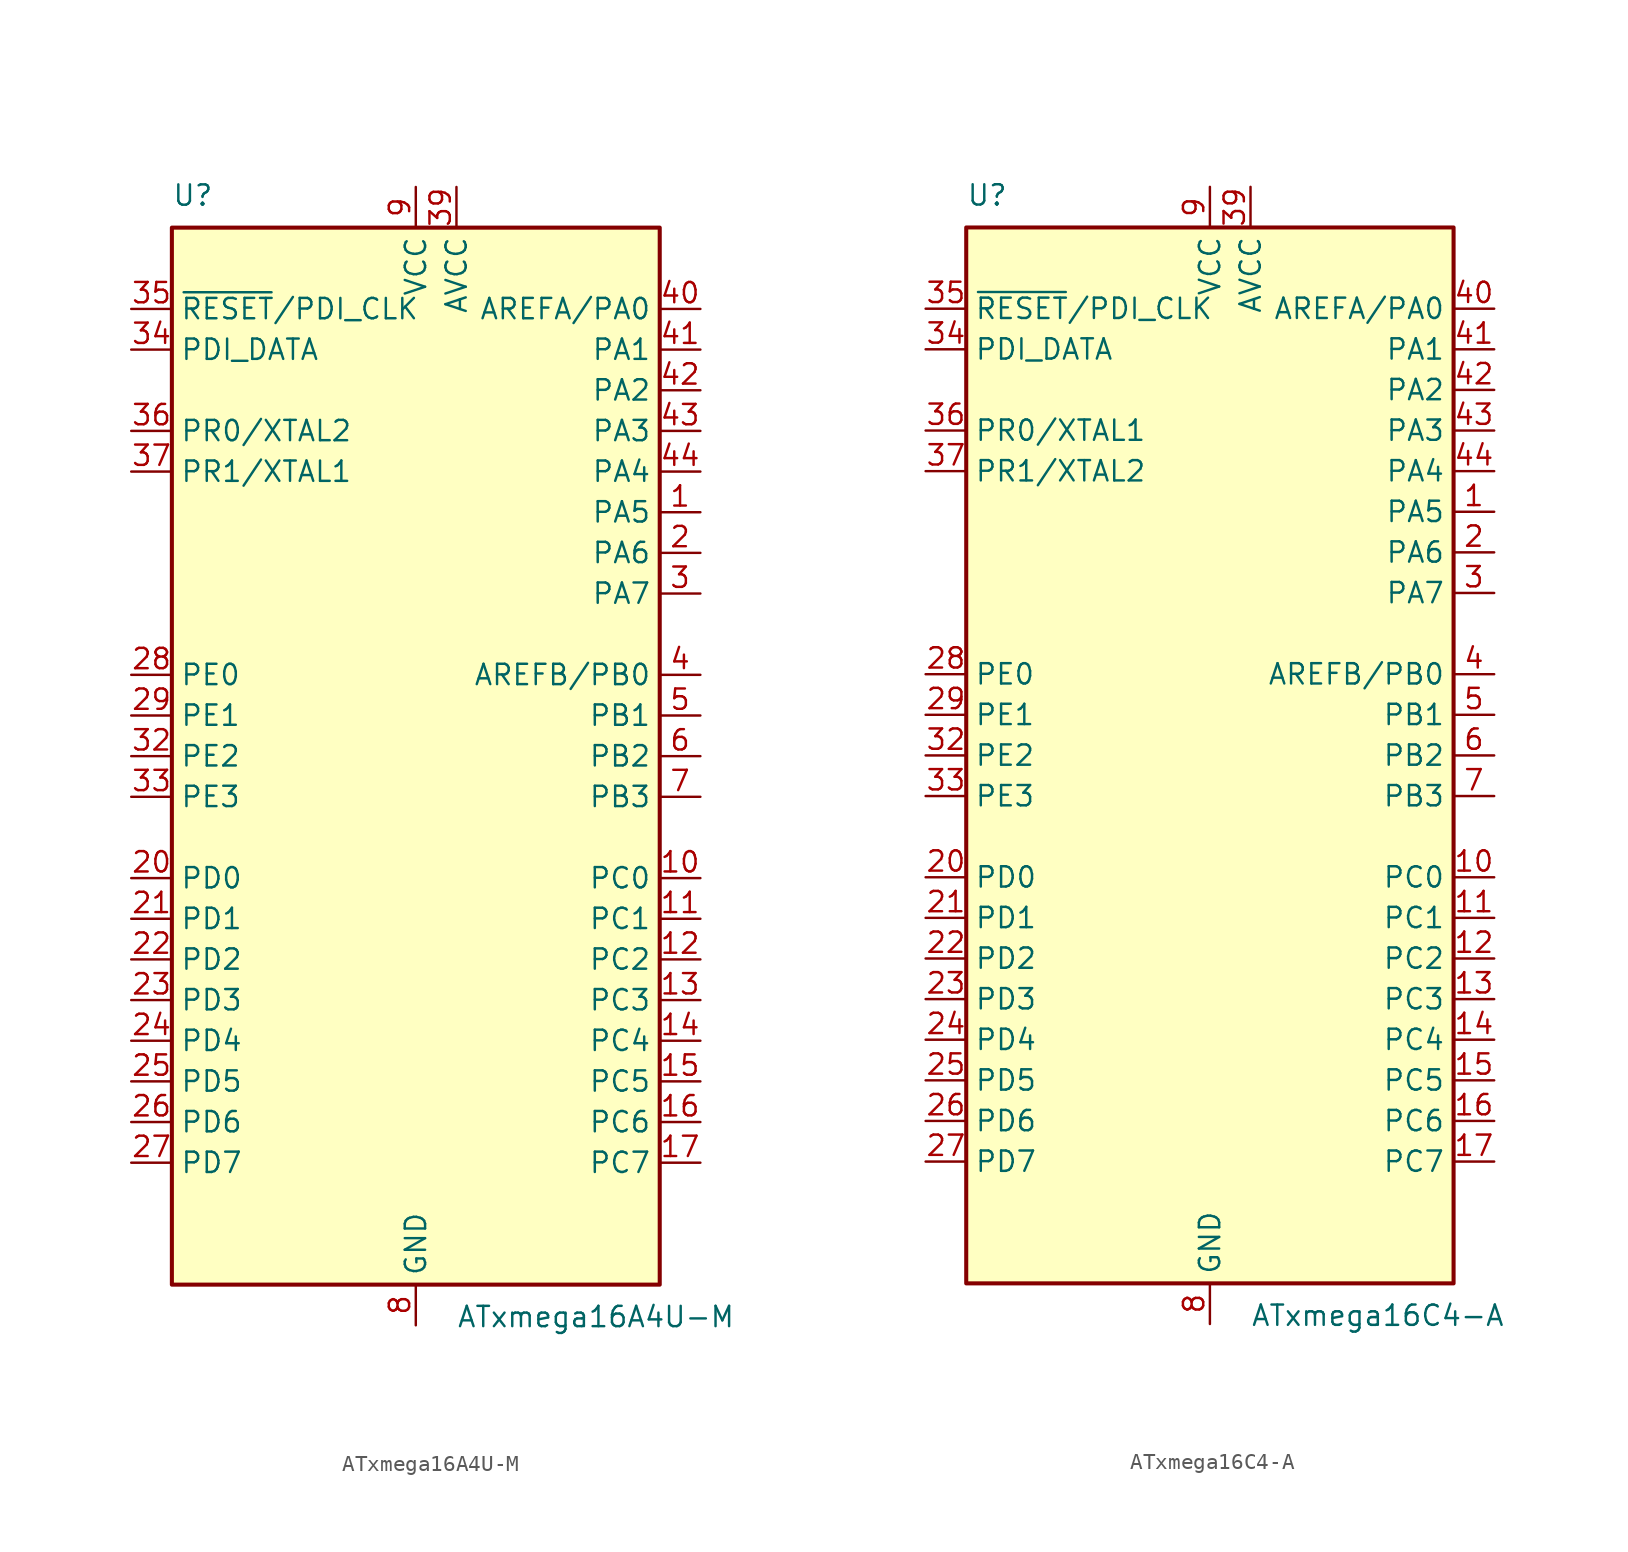
<source format=kicad_sym>
(kicad_symbol_lib
  (version 20211014)
  (generator kicad_symbol_editor)
  (symbol "ATxmega16A4U-M"
    (property "Reference" "U"
      (at -15.24 34.29 0)
      (effects (font (size 1.27 1.27)) (justify left bottom)))
    (property "Value" "ATxmega16A4U-M"
      (at 2.54 -34.29 0)
      (effects (font (size 1.27 1.27)) (justify left top)))
    (symbol "ATxmega16A4U-M_0_1"
      (rectangle (start -15.24 -33.02) (end 15.24 33.02) (stroke (width 0.254) (type default) (color 0 0 0 0)) (fill (type background))))
    (symbol "ATxmega16A4U-M_1_1"
      (pin bidirectional line (at 17.78 15.24 180) (length 2.54) (name "PA5" (effects (font (size 1.27 1.27)))) (number "1" (effects (font (size 1.27 1.27)))))
      (pin bidirectional line (at 17.78 -7.62 180) (length 2.54) (name "PC0" (effects (font (size 1.27 1.27)))) (number "10" (effects (font (size 1.27 1.27)))))
      (pin bidirectional line (at 17.78 -10.16 180) (length 2.54) (name "PC1" (effects (font (size 1.27 1.27)))) (number "11" (effects (font (size 1.27 1.27)))))
      (pin bidirectional line (at 17.78 -12.7 180) (length 2.54) (name "PC2" (effects (font (size 1.27 1.27)))) (number "12" (effects (font (size 1.27 1.27)))))
      (pin bidirectional line (at 17.78 -15.24 180) (length 2.54) (name "PC3" (effects (font (size 1.27 1.27)))) (number "13" (effects (font (size 1.27 1.27)))))
      (pin bidirectional line (at 17.78 -17.78 180) (length 2.54) (name "PC4" (effects (font (size 1.27 1.27)))) (number "14" (effects (font (size 1.27 1.27)))))
      (pin bidirectional line (at 17.78 -20.32 180) (length 2.54) (name "PC5" (effects (font (size 1.27 1.27)))) (number "15" (effects (font (size 1.27 1.27)))))
      (pin bidirectional line (at 17.78 -22.86 180) (length 2.54) (name "PC6" (effects (font (size 1.27 1.27)))) (number "16" (effects (font (size 1.27 1.27)))))
      (pin bidirectional line (at 17.78 -25.4 180) (length 2.54) (name "PC7" (effects (font (size 1.27 1.27)))) (number "17" (effects (font (size 1.27 1.27)))))
      (pin passive line (at 0 -35.56 90) (length 2.54) hide (name "GND" (effects (font (size 1.27 1.27)))) (number "18" (effects (font (size 1.27 1.27)))))
      (pin passive line (at 0 35.56 270) (length 2.54) hide (name "VCC" (effects (font (size 1.27 1.27)))) (number "19" (effects (font (size 1.27 1.27)))))
      (pin bidirectional line (at 17.78 12.7 180) (length 2.54) (name "PA6" (effects (font (size 1.27 1.27)))) (number "2" (effects (font (size 1.27 1.27)))))
      (pin bidirectional line (at -17.78 -7.62 0) (length 2.54) (name "PD0" (effects (font (size 1.27 1.27)))) (number "20" (effects (font (size 1.27 1.27)))))
      (pin bidirectional line (at -17.78 -10.16 0) (length 2.54) (name "PD1" (effects (font (size 1.27 1.27)))) (number "21" (effects (font (size 1.27 1.27)))))
      (pin bidirectional line (at -17.78 -12.7 0) (length 2.54) (name "PD2" (effects (font (size 1.27 1.27)))) (number "22" (effects (font (size 1.27 1.27)))))
      (pin bidirectional line (at -17.78 -15.24 0) (length 2.54) (name "PD3" (effects (font (size 1.27 1.27)))) (number "23" (effects (font (size 1.27 1.27)))))
      (pin bidirectional line (at -17.78 -17.78 0) (length 2.54) (name "PD4" (effects (font (size 1.27 1.27)))) (number "24" (effects (font (size 1.27 1.27)))))
      (pin bidirectional line (at -17.78 -20.32 0) (length 2.54) (name "PD5" (effects (font (size 1.27 1.27)))) (number "25" (effects (font (size 1.27 1.27)))))
      (pin bidirectional line (at -17.78 -22.86 0) (length 2.54) (name "PD6" (effects (font (size 1.27 1.27)))) (number "26" (effects (font (size 1.27 1.27)))))
      (pin bidirectional line (at -17.78 -25.4 0) (length 2.54) (name "PD7" (effects (font (size 1.27 1.27)))) (number "27" (effects (font (size 1.27 1.27)))))
      (pin bidirectional line (at -17.78 5.08 0) (length 2.54) (name "PE0" (effects (font (size 1.27 1.27)))) (number "28" (effects (font (size 1.27 1.27)))))
      (pin bidirectional line (at -17.78 2.54 0) (length 2.54) (name "PE1" (effects (font (size 1.27 1.27)))) (number "29" (effects (font (size 1.27 1.27)))))
      (pin bidirectional line (at 17.78 10.16 180) (length 2.54) (name "PA7" (effects (font (size 1.27 1.27)))) (number "3" (effects (font (size 1.27 1.27)))))
      (pin passive line (at 0 -35.56 90) (length 2.54) hide (name "GND" (effects (font (size 1.27 1.27)))) (number "30" (effects (font (size 1.27 1.27)))))
      (pin passive line (at 0 35.56 270) (length 2.54) hide (name "VCC" (effects (font (size 1.27 1.27)))) (number "31" (effects (font (size 1.27 1.27)))))
      (pin bidirectional line (at -17.78 0 0) (length 2.54) (name "PE2" (effects (font (size 1.27 1.27)))) (number "32" (effects (font (size 1.27 1.27)))))
      (pin bidirectional line (at -17.78 -2.54 0) (length 2.54) (name "PE3" (effects (font (size 1.27 1.27)))) (number "33" (effects (font (size 1.27 1.27)))))
      (pin bidirectional line (at -17.78 25.4 0) (length 2.54) (name "PDI_DATA" (effects (font (size 1.27 1.27)))) (number "34" (effects (font (size 1.27 1.27)))))
      (pin input line (at -17.78 27.94 0) (length 2.54) (name "~{RESET}/PDI_CLK" (effects (font (size 1.27 1.27)))) (number "35" (effects (font (size 1.27 1.27)))))
      (pin bidirectional line (at -17.78 20.32 0) (length 2.54) (name "PR0/XTAL2" (effects (font (size 1.27 1.27)))) (number "36" (effects (font (size 1.27 1.27)))))
      (pin bidirectional line (at -17.78 17.78 0) (length 2.54) (name "PR1/XTAL1" (effects (font (size 1.27 1.27)))) (number "37" (effects (font (size 1.27 1.27)))))
      (pin passive line (at 0 -35.56 90) (length 2.54) hide (name "GND" (effects (font (size 1.27 1.27)))) (number "38" (effects (font (size 1.27 1.27)))))
      (pin power_in line (at 2.54 35.56 270) (length 2.54) (name "AVCC" (effects (font (size 1.27 1.27)))) (number "39" (effects (font (size 1.27 1.27)))))
      (pin bidirectional line (at 17.78 5.08 180) (length 2.54) (name "AREFB/PB0" (effects (font (size 1.27 1.27)))) (number "4" (effects (font (size 1.27 1.27)))))
      (pin bidirectional line (at 17.78 27.94 180) (length 2.54) (name "AREFA/PA0" (effects (font (size 1.27 1.27)))) (number "40" (effects (font (size 1.27 1.27)))))
      (pin bidirectional line (at 17.78 25.4 180) (length 2.54) (name "PA1" (effects (font (size 1.27 1.27)))) (number "41" (effects (font (size 1.27 1.27)))))
      (pin bidirectional line (at 17.78 22.86 180) (length 2.54) (name "PA2" (effects (font (size 1.27 1.27)))) (number "42" (effects (font (size 1.27 1.27)))))
      (pin bidirectional line (at 17.78 20.32 180) (length 2.54) (name "PA3" (effects (font (size 1.27 1.27)))) (number "43" (effects (font (size 1.27 1.27)))))
      (pin bidirectional line (at 17.78 17.78 180) (length 2.54) (name "PA4" (effects (font (size 1.27 1.27)))) (number "44" (effects (font (size 1.27 1.27)))))
      (pin passive line (at 0 -35.56 90) (length 2.54) hide (name "GND" (effects (font (size 1.27 1.27)))) (number "45" (effects (font (size 1.27 1.27)))))
      (pin bidirectional line (at 17.78 2.54 180) (length 2.54) (name "PB1" (effects (font (size 1.27 1.27)))) (number "5" (effects (font (size 1.27 1.27)))))
      (pin bidirectional line (at 17.78 0 180) (length 2.54) (name "PB2" (effects (font (size 1.27 1.27)))) (number "6" (effects (font (size 1.27 1.27)))))
      (pin bidirectional line (at 17.78 -2.54 180) (length 2.54) (name "PB3" (effects (font (size 1.27 1.27)))) (number "7" (effects (font (size 1.27 1.27)))))
      (pin power_in line (at 0 -35.56 90) (length 2.54) (name "GND" (effects (font (size 1.27 1.27)))) (number "8" (effects (font (size 1.27 1.27)))))
      (pin power_in line (at 0 35.56 270) (length 2.54) (name "VCC" (effects (font (size 1.27 1.27)))) (number "9" (effects (font (size 1.27 1.27)))))))
  (symbol "ATxmega16C4-A"
    (property "Reference" "U"
      (at -15.24 34.29 0)
      (effects (font (size 1.27 1.27)) (justify left bottom)))
    (property "Value" "ATxmega16C4-A"
      (at 2.54 -34.29 0)
      (effects (font (size 1.27 1.27)) (justify left top)))
    (symbol "ATxmega16C4-A_0_1"
      (rectangle (start -15.24 -33.02) (end 15.24 33.02) (stroke (width 0.254) (type default) (color 0 0 0 0)) (fill (type background))))
    (symbol "ATxmega16C4-A_1_1"
      (pin bidirectional line (at 17.78 15.24 180) (length 2.54) (name "PA5" (effects (font (size 1.27 1.27)))) (number "1" (effects (font (size 1.27 1.27)))))
      (pin bidirectional line (at 17.78 -7.62 180) (length 2.54) (name "PC0" (effects (font (size 1.27 1.27)))) (number "10" (effects (font (size 1.27 1.27)))))
      (pin bidirectional line (at 17.78 -10.16 180) (length 2.54) (name "PC1" (effects (font (size 1.27 1.27)))) (number "11" (effects (font (size 1.27 1.27)))))
      (pin bidirectional line (at 17.78 -12.7 180) (length 2.54) (name "PC2" (effects (font (size 1.27 1.27)))) (number "12" (effects (font (size 1.27 1.27)))))
      (pin bidirectional line (at 17.78 -15.24 180) (length 2.54) (name "PC3" (effects (font (size 1.27 1.27)))) (number "13" (effects (font (size 1.27 1.27)))))
      (pin bidirectional line (at 17.78 -17.78 180) (length 2.54) (name "PC4" (effects (font (size 1.27 1.27)))) (number "14" (effects (font (size 1.27 1.27)))))
      (pin bidirectional line (at 17.78 -20.32 180) (length 2.54) (name "PC5" (effects (font (size 1.27 1.27)))) (number "15" (effects (font (size 1.27 1.27)))))
      (pin bidirectional line (at 17.78 -22.86 180) (length 2.54) (name "PC6" (effects (font (size 1.27 1.27)))) (number "16" (effects (font (size 1.27 1.27)))))
      (pin bidirectional line (at 17.78 -25.4 180) (length 2.54) (name "PC7" (effects (font (size 1.27 1.27)))) (number "17" (effects (font (size 1.27 1.27)))))
      (pin passive line (at 0 -35.56 90) (length 2.54) hide (name "GND" (effects (font (size 1.27 1.27)))) (number "18" (effects (font (size 1.27 1.27)))))
      (pin passive line (at 0 35.56 270) (length 2.54) hide (name "VCC" (effects (font (size 1.27 1.27)))) (number "19" (effects (font (size 1.27 1.27)))))
      (pin bidirectional line (at 17.78 12.7 180) (length 2.54) (name "PA6" (effects (font (size 1.27 1.27)))) (number "2" (effects (font (size 1.27 1.27)))))
      (pin bidirectional line (at -17.78 -7.62 0) (length 2.54) (name "PD0" (effects (font (size 1.27 1.27)))) (number "20" (effects (font (size 1.27 1.27)))))
      (pin bidirectional line (at -17.78 -10.16 0) (length 2.54) (name "PD1" (effects (font (size 1.27 1.27)))) (number "21" (effects (font (size 1.27 1.27)))))
      (pin bidirectional line (at -17.78 -12.7 0) (length 2.54) (name "PD2" (effects (font (size 1.27 1.27)))) (number "22" (effects (font (size 1.27 1.27)))))
      (pin bidirectional line (at -17.78 -15.24 0) (length 2.54) (name "PD3" (effects (font (size 1.27 1.27)))) (number "23" (effects (font (size 1.27 1.27)))))
      (pin bidirectional line (at -17.78 -17.78 0) (length 2.54) (name "PD4" (effects (font (size 1.27 1.27)))) (number "24" (effects (font (size 1.27 1.27)))))
      (pin bidirectional line (at -17.78 -20.32 0) (length 2.54) (name "PD5" (effects (font (size 1.27 1.27)))) (number "25" (effects (font (size 1.27 1.27)))))
      (pin bidirectional line (at -17.78 -22.86 0) (length 2.54) (name "PD6" (effects (font (size 1.27 1.27)))) (number "26" (effects (font (size 1.27 1.27)))))
      (pin bidirectional line (at -17.78 -25.4 0) (length 2.54) (name "PD7" (effects (font (size 1.27 1.27)))) (number "27" (effects (font (size 1.27 1.27)))))
      (pin bidirectional line (at -17.78 5.08 0) (length 2.54) (name "PE0" (effects (font (size 1.27 1.27)))) (number "28" (effects (font (size 1.27 1.27)))))
      (pin bidirectional line (at -17.78 2.54 0) (length 2.54) (name "PE1" (effects (font (size 1.27 1.27)))) (number "29" (effects (font (size 1.27 1.27)))))
      (pin bidirectional line (at 17.78 10.16 180) (length 2.54) (name "PA7" (effects (font (size 1.27 1.27)))) (number "3" (effects (font (size 1.27 1.27)))))
      (pin passive line (at 0 -35.56 90) (length 2.54) hide (name "GND" (effects (font (size 1.27 1.27)))) (number "30" (effects (font (size 1.27 1.27)))))
      (pin passive line (at 0 35.56 270) (length 2.54) hide (name "VCC" (effects (font (size 1.27 1.27)))) (number "31" (effects (font (size 1.27 1.27)))))
      (pin bidirectional line (at -17.78 0 0) (length 2.54) (name "PE2" (effects (font (size 1.27 1.27)))) (number "32" (effects (font (size 1.27 1.27)))))
      (pin bidirectional line (at -17.78 -2.54 0) (length 2.54) (name "PE3" (effects (font (size 1.27 1.27)))) (number "33" (effects (font (size 1.27 1.27)))))
      (pin bidirectional line (at -17.78 25.4 0) (length 2.54) (name "PDI_DATA" (effects (font (size 1.27 1.27)))) (number "34" (effects (font (size 1.27 1.27)))))
      (pin input line (at -17.78 27.94 0) (length 2.54) (name "~{RESET}/PDI_CLK" (effects (font (size 1.27 1.27)))) (number "35" (effects (font (size 1.27 1.27)))))
      (pin bidirectional line (at -17.78 20.32 0) (length 2.54) (name "PR0/XTAL1" (effects (font (size 1.27 1.27)))) (number "36" (effects (font (size 1.27 1.27)))))
      (pin bidirectional line (at -17.78 17.78 0) (length 2.54) (name "PR1/XTAL2" (effects (font (size 1.27 1.27)))) (number "37" (effects (font (size 1.27 1.27)))))
      (pin passive line (at 0 -35.56 90) (length 2.54) hide (name "GND" (effects (font (size 1.27 1.27)))) (number "38" (effects (font (size 1.27 1.27)))))
      (pin power_in line (at 2.54 35.56 270) (length 2.54) (name "AVCC" (effects (font (size 1.27 1.27)))) (number "39" (effects (font (size 1.27 1.27)))))
      (pin bidirectional line (at 17.78 5.08 180) (length 2.54) (name "AREFB/PB0" (effects (font (size 1.27 1.27)))) (number "4" (effects (font (size 1.27 1.27)))))
      (pin bidirectional line (at 17.78 27.94 180) (length 2.54) (name "AREFA/PA0" (effects (font (size 1.27 1.27)))) (number "40" (effects (font (size 1.27 1.27)))))
      (pin bidirectional line (at 17.78 25.4 180) (length 2.54) (name "PA1" (effects (font (size 1.27 1.27)))) (number "41" (effects (font (size 1.27 1.27)))))
      (pin bidirectional line (at 17.78 22.86 180) (length 2.54) (name "PA2" (effects (font (size 1.27 1.27)))) (number "42" (effects (font (size 1.27 1.27)))))
      (pin bidirectional line (at 17.78 20.32 180) (length 2.54) (name "PA3" (effects (font (size 1.27 1.27)))) (number "43" (effects (font (size 1.27 1.27)))))
      (pin bidirectional line (at 17.78 17.78 180) (length 2.54) (name "PA4" (effects (font (size 1.27 1.27)))) (number "44" (effects (font (size 1.27 1.27)))))
      (pin bidirectional line (at 17.78 2.54 180) (length 2.54) (name "PB1" (effects (font (size 1.27 1.27)))) (number "5" (effects (font (size 1.27 1.27)))))
      (pin bidirectional line (at 17.78 0 180) (length 2.54) (name "PB2" (effects (font (size 1.27 1.27)))) (number "6" (effects (font (size 1.27 1.27)))))
      (pin bidirectional line (at 17.78 -2.54 180) (length 2.54) (name "PB3" (effects (font (size 1.27 1.27)))) (number "7" (effects (font (size 1.27 1.27)))))
      (pin power_in line (at 0 -35.56 90) (length 2.54) (name "GND" (effects (font (size 1.27 1.27)))) (number "8" (effects (font (size 1.27 1.27)))))
      (pin power_in line (at 0 35.56 270) (length 2.54) (name "VCC" (effects (font (size 1.27 1.27)))) (number "9" (effects (font (size 1.27 1.27))))))))
</source>
